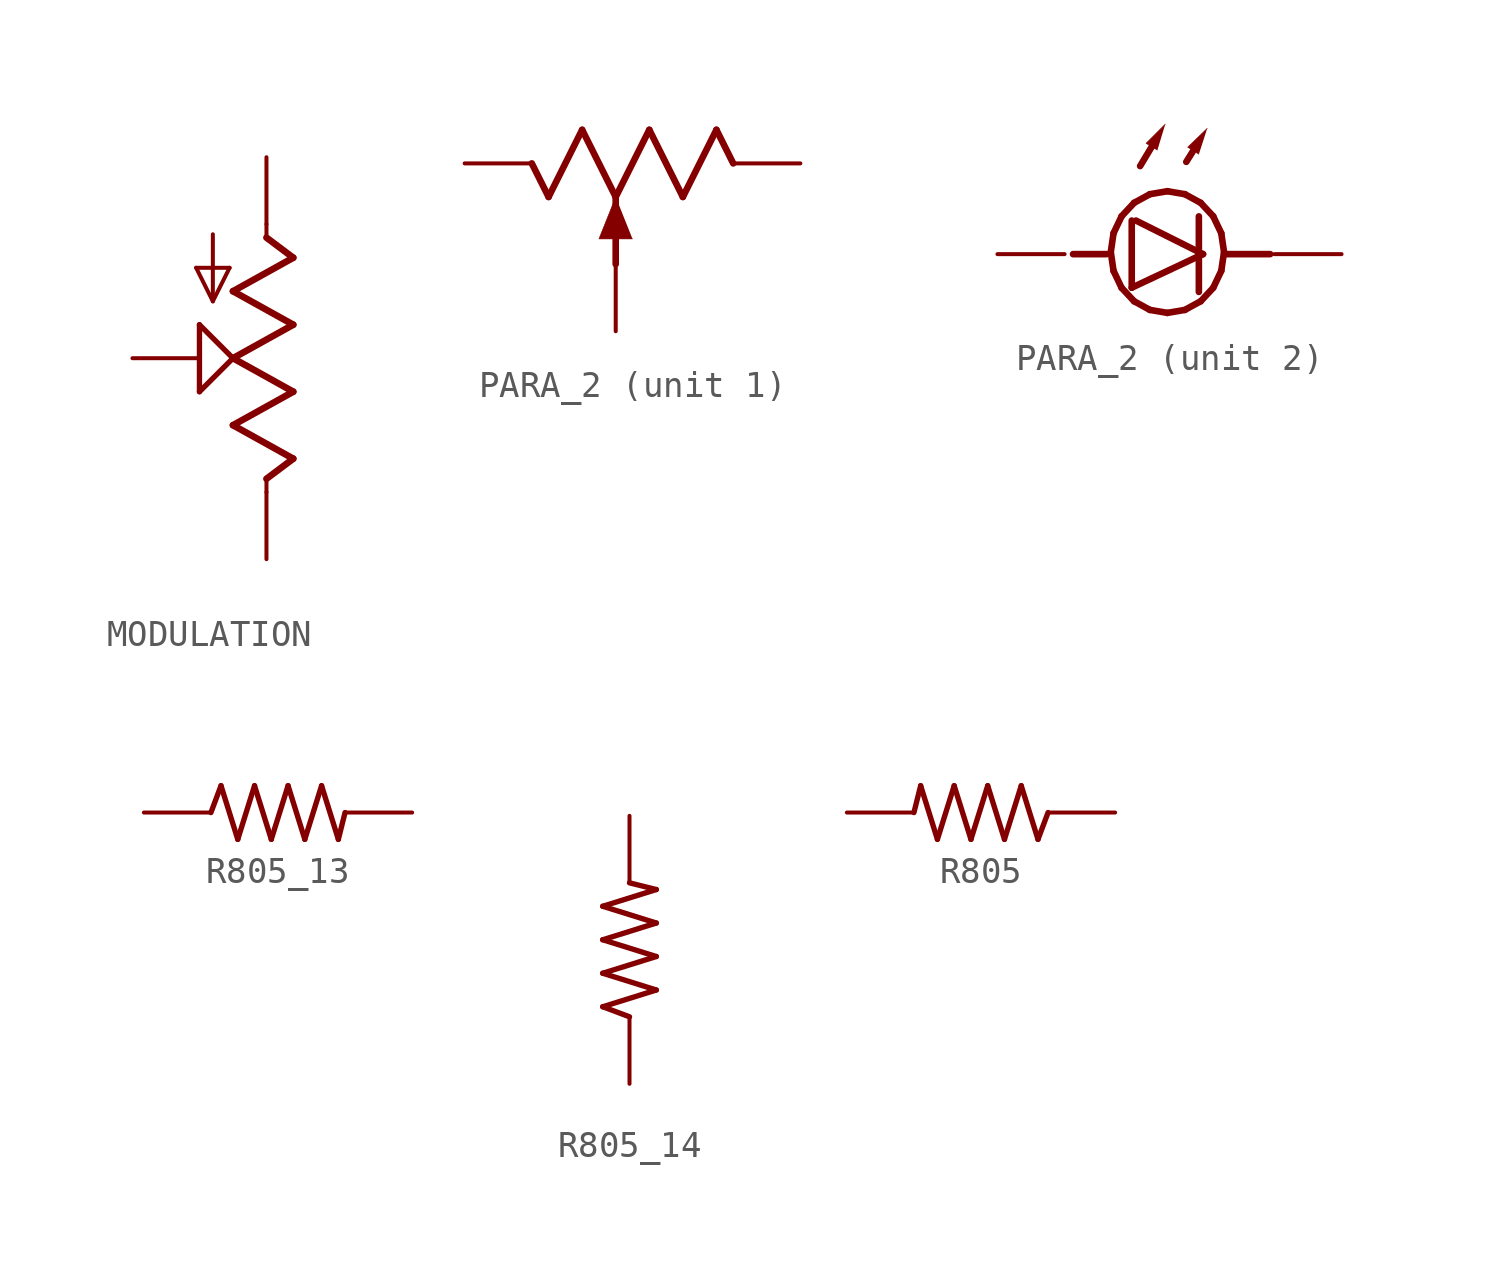
<source format=kicad_sym>
(kicad_symbol_lib
  (version 20231120)
  (generator "kicad_symbol_editor")
  (generator_version "8.0")
  (symbol "MODULATION"
    (property "Reference" "R"
      (at 0 0 0)
      (effects (font (size 1.27 1.27)) (hide yes)))
    (property "ki_locked" ""
      (at 0 0 0)
      (effects (font (size 1.27 1.27))))
    (symbol "MODULATION_1_0"
      (polyline (pts (xy -1.841 3.429) (xy -0.572 3.429)) (stroke (width 0.152) (type solid)) (fill (type none)))
      (polyline (pts (xy -1.715 -1.27) (xy -1.715 1.27)) (stroke (width 0.203) (type solid)) (fill (type none)))
      (polyline (pts (xy -1.715 1.27) (xy -0.444 0)) (stroke (width 0.203) (type solid)) (fill (type none)))
      (polyline (pts (xy -1.207 2.159) (xy -1.841 3.429)) (stroke (width 0.152) (type solid)) (fill (type none)))
      (polyline (pts (xy -1.207 4.699) (xy -1.207 2.159)) (stroke (width 0.152) (type solid)) (fill (type none)))
      (polyline (pts (xy -0.572 3.429) (xy -1.207 2.159)) (stroke (width 0.152) (type solid)) (fill (type none)))
      (polyline (pts (xy -0.444 -2.54) (xy 1.841 -3.81)) (stroke (width 0.254) (type solid)) (fill (type none)))
      (polyline (pts (xy -0.444 0) (xy -1.715 -1.27)) (stroke (width 0.203) (type solid)) (fill (type none)))
      (polyline (pts (xy -0.444 0) (xy 1.841 -1.27)) (stroke (width 0.254) (type solid)) (fill (type none)))
      (polyline (pts (xy -0.444 2.54) (xy 1.841 1.27)) (stroke (width 0.254) (type solid)) (fill (type none)))
      (polyline (pts (xy 0.826 -4.572) (xy 0.826 -5.08)) (stroke (width 0.152) (type solid)) (fill (type none)))
      (polyline (pts (xy 0.826 4.572) (xy 1.841 3.81)) (stroke (width 0.254) (type solid)) (fill (type none)))
      (polyline (pts (xy 0.826 5.08) (xy 0.826 4.572)) (stroke (width 0.152) (type solid)) (fill (type none)))
      (polyline (pts (xy 1.841 -3.81) (xy 0.826 -4.572)) (stroke (width 0.254) (type solid)) (fill (type none)))
      (polyline (pts (xy 1.841 -1.27) (xy -0.444 -2.54)) (stroke (width 0.254) (type solid)) (fill (type none)))
      (polyline (pts (xy 1.841 1.27) (xy -0.444 0)) (stroke (width 0.254) (type solid)) (fill (type none)))
      (polyline (pts (xy 1.841 3.81) (xy -0.444 2.54)) (stroke (width 0.254) (type solid)) (fill (type none)))
      (pin passive line (at 0.826 7.62 270) (length 2.54) (name "A" (effects (font (size 0 0)))) (number "1" (effects (font (size 0 0)))))
      (pin passive line (at -4.255 0 0) (length 2.54) (name "S" (effects (font (size 0 0)))) (number "2" (effects (font (size 0 0)))))
      (pin passive line (at 0.826 -7.62 90) (length 2.54) (name "E" (effects (font (size 0 0)))) (number "3" (effects (font (size 0 0)))))))
  (symbol "PARA_2"
    (property "Reference" "VR"
      (at 0 0 0)
      (effects (font (size 1.27 1.27)) (hide yes)))
    (property "ki_locked" ""
      (at 0 0 0)
      (effects (font (size 1.27 1.27))))
    (symbol "PARA_2_1_0"
      (polyline (pts (xy -3.81 1.27) (xy -3.175 0)) (stroke (width 0.25) (type solid)) (fill (type none)))
      (polyline (pts (xy -3.175 0) (xy -1.905 2.54)) (stroke (width 0.25) (type solid)) (fill (type none)))
      (polyline (pts (xy -1.905 2.54) (xy -0.635 0)) (stroke (width 0.25) (type solid)) (fill (type none)))
      (polyline (pts (xy -0.635 -2.54) (xy -0.635 0)) (stroke (width 0.25) (type solid)) (fill (type none)))
      (polyline (pts (xy -0.635 0) (xy 0.635 2.54)) (stroke (width 0.25) (type solid)) (fill (type none)))
      (polyline (pts (xy 0.635 2.54) (xy 1.905 0)) (stroke (width 0.25) (type solid)) (fill (type none)))
      (polyline (pts (xy 1.905 0) (xy 3.175 2.54)) (stroke (width 0.25) (type solid)) (fill (type none)))
      (polyline (pts (xy 3.175 2.54) (xy 3.81 1.27)) (stroke (width 0.25) (type solid)) (fill (type none)))
      (polyline (pts (xy -0.635 0) (xy -1.27 -1.587) (xy 0 -1.587)) (stroke (width 0.002) (type solid)) (fill (type outline)))
      (pin passive line (at -6.35 1.27 0) (length 2.54) (name "CCW" (effects (font (size 0 0)))) (number "1" (effects (font (size 0 0)))))
      (pin passive line (at -0.635 -5.08 90) (length 2.54) (name "W" (effects (font (size 0 0)))) (number "2" (effects (font (size 0 0)))))
      (pin passive line (at 6.35 1.27 180) (length 2.54) (name "CW" (effects (font (size 0 0)))) (number "3" (effects (font (size 0 0))))))
    (symbol "PARA_2_2_0"
      (polyline (pts (xy -2.381 -1.349) (xy -3.651 -1.349)) (stroke (width 0.25) (type solid)) (fill (type none)))
      (polyline (pts (xy -2.222 -1.27) (xy -2.118 -1.981)) (stroke (width 0.25) (type solid)) (fill (type none)))
      (polyline (pts (xy -2.118 -1.981) (xy -1.813 -2.623)) (stroke (width 0.25) (type solid)) (fill (type none)))
      (polyline (pts (xy -2.118 -0.559) (xy -2.222 -1.27)) (stroke (width 0.25) (type solid)) (fill (type none)))
      (polyline (pts (xy -1.813 -2.623) (xy -1.339 -3.132)) (stroke (width 0.25) (type solid)) (fill (type none)))
      (polyline (pts (xy -1.813 0.083) (xy -2.118 -0.559)) (stroke (width 0.25) (type solid)) (fill (type none)))
      (polyline (pts (xy -1.429 -2.619) (xy 1.27 -1.349)) (stroke (width 0.25) (type solid)) (fill (type none)))
      (polyline (pts (xy -1.429 -0.079) (xy -1.429 -2.619)) (stroke (width 0.25) (type solid)) (fill (type none)))
      (polyline (pts (xy -1.339 -3.132) (xy -0.742 -3.459)) (stroke (width 0.25) (type solid)) (fill (type none)))
      (polyline (pts (xy -1.339 0.592) (xy -1.813 0.083)) (stroke (width 0.25) (type solid)) (fill (type none)))
      (polyline (pts (xy -1.111 1.984) (xy -0.673 2.714)) (stroke (width 0.25) (type solid)) (fill (type none)))
      (polyline (pts (xy -0.742 -3.459) (xy -0.079 -3.572)) (stroke (width 0.25) (type solid)) (fill (type none)))
      (polyline (pts (xy -0.742 0.919) (xy -1.339 0.592)) (stroke (width 0.25) (type solid)) (fill (type none)))
      (polyline (pts (xy -0.079 -3.572) (xy 0.583 -3.459)) (stroke (width 0.25) (type solid)) (fill (type none)))
      (polyline (pts (xy -0.079 1.032) (xy -0.742 0.919)) (stroke (width 0.25) (type solid)) (fill (type none)))
      (polyline (pts (xy 0.583 -3.459) (xy 1.18 -3.132)) (stroke (width 0.25) (type solid)) (fill (type none)))
      (polyline (pts (xy 0.583 0.919) (xy -0.079 1.032)) (stroke (width 0.25) (type solid)) (fill (type none)))
      (polyline (pts (xy 0.635 2.143) (xy 0.899 2.565)) (stroke (width 0.25) (type solid)) (fill (type none)))
      (polyline (pts (xy 1.111 0.079) (xy 1.111 -2.778)) (stroke (width 0.25) (type solid)) (fill (type none)))
      (polyline (pts (xy 1.18 -3.132) (xy 1.654 -2.623)) (stroke (width 0.25) (type solid)) (fill (type none)))
      (polyline (pts (xy 1.18 0.592) (xy 0.583 0.919)) (stroke (width 0.25) (type solid)) (fill (type none)))
      (polyline (pts (xy 1.27 -1.349) (xy -1.27 -0.079)) (stroke (width 0.25) (type solid)) (fill (type none)))
      (polyline (pts (xy 1.654 -2.623) (xy 1.959 -1.981)) (stroke (width 0.25) (type solid)) (fill (type none)))
      (polyline (pts (xy 1.654 0.083) (xy 1.18 0.592)) (stroke (width 0.25) (type solid)) (fill (type none)))
      (polyline (pts (xy 1.959 -1.981) (xy 2.064 -1.27)) (stroke (width 0.25) (type solid)) (fill (type none)))
      (polyline (pts (xy 1.959 -0.559) (xy 1.654 0.083)) (stroke (width 0.25) (type solid)) (fill (type none)))
      (polyline (pts (xy 2.064 -1.349) (xy 3.81 -1.349)) (stroke (width 0.25) (type solid)) (fill (type none)))
      (polyline (pts (xy 2.064 -1.27) (xy 1.959 -0.559)) (stroke (width 0.25) (type solid)) (fill (type none)))
      (polyline (pts (xy -0.159 3.572) (xy -0.888 2.843) (xy -0.459 2.586)) (stroke (width 0.002) (type solid)) (fill (type outline)))
      (polyline (pts (xy 1.429 3.413) (xy 0.687 2.698) (xy 1.111 2.433)) (stroke (width 0.002) (type solid)) (fill (type outline)))
      (pin power_in line (at -6.509 -1.349 0) (length 2.54) (name "gnd@1" (effects (font (size 0 0)))) (number "5" (effects (font (size 0 0)))))
      (pin power_in line (at 6.509 -1.349 180) (length 2.54) (name "gnd@2" (effects (font (size 0 0)))) (number "6" (effects (font (size 0 0)))))))
  (symbol "R805_13"
    (property "Reference" "R"
      (at 0 0 0)
      (effects (font (size 1.27 1.27)) (hide yes)))
    (property "ki_locked" ""
      (at 0 0 0)
      (effects (font (size 1.27 1.27))))
    (symbol "R805_13_1_0"
      (polyline (pts (xy -2.54 0) (xy -2.159 1.016)) (stroke (width 0.203) (type solid)) (fill (type none)))
      (polyline (pts (xy -2.159 1.016) (xy -1.524 -1.016)) (stroke (width 0.203) (type solid)) (fill (type none)))
      (polyline (pts (xy -1.524 -1.016) (xy -0.889 1.016)) (stroke (width 0.203) (type solid)) (fill (type none)))
      (polyline (pts (xy -0.889 1.016) (xy -0.254 -1.016)) (stroke (width 0.203) (type solid)) (fill (type none)))
      (polyline (pts (xy -0.254 -1.016) (xy 0.381 1.016)) (stroke (width 0.203) (type solid)) (fill (type none)))
      (polyline (pts (xy 0.381 1.016) (xy 1.016 -1.016)) (stroke (width 0.203) (type solid)) (fill (type none)))
      (polyline (pts (xy 1.016 -1.016) (xy 1.651 1.016)) (stroke (width 0.203) (type solid)) (fill (type none)))
      (polyline (pts (xy 1.651 1.016) (xy 2.286 -1.016)) (stroke (width 0.203) (type solid)) (fill (type none)))
      (polyline (pts (xy 2.286 -1.016) (xy 2.54 0)) (stroke (width 0.203) (type solid)) (fill (type none)))
      (pin passive line (at -5.08 0 0) (length 2.54) (name "1" (effects (font (size 0 0)))) (number "1" (effects (font (size 0 0)))))
      (pin passive line (at 5.08 0 180) (length 2.54) (name "2" (effects (font (size 0 0)))) (number "2" (effects (font (size 0 0)))))))
  (symbol "R805_14"
    (property "Reference" "R"
      (at 0 0 0)
      (effects (font (size 1.27 1.27)) (hide yes)))
    (property "ki_locked" ""
      (at 0 0 0)
      (effects (font (size 1.27 1.27))))
    (symbol "R805_14_1_0"
      (polyline (pts (xy -1.016 -2.159) (xy 1.016 -1.524)) (stroke (width 0.203) (type solid)) (fill (type none)))
      (polyline (pts (xy -1.016 -0.889) (xy 1.016 -0.254)) (stroke (width 0.203) (type solid)) (fill (type none)))
      (polyline (pts (xy -1.016 0.381) (xy 1.016 1.016)) (stroke (width 0.203) (type solid)) (fill (type none)))
      (polyline (pts (xy -1.016 1.651) (xy 1.016 2.286)) (stroke (width 0.203) (type solid)) (fill (type none)))
      (polyline (pts (xy 0 -2.54) (xy -1.016 -2.159)) (stroke (width 0.203) (type solid)) (fill (type none)))
      (polyline (pts (xy 1.016 -1.524) (xy -1.016 -0.889)) (stroke (width 0.203) (type solid)) (fill (type none)))
      (polyline (pts (xy 1.016 -0.254) (xy -1.016 0.381)) (stroke (width 0.203) (type solid)) (fill (type none)))
      (polyline (pts (xy 1.016 1.016) (xy -1.016 1.651)) (stroke (width 0.203) (type solid)) (fill (type none)))
      (polyline (pts (xy 1.016 2.286) (xy 0 2.54)) (stroke (width 0.203) (type solid)) (fill (type none)))
      (pin passive line (at 0 -5.08 90) (length 2.54) (name "1" (effects (font (size 0 0)))) (number "1" (effects (font (size 0 0)))))
      (pin passive line (at 0 5.08 270) (length 2.54) (name "2" (effects (font (size 0 0)))) (number "2" (effects (font (size 0 0)))))))
  (symbol "R805"
    (property "Reference" "R"
      (at 0 0 0)
      (effects (font (size 1.27 1.27)) (hide yes)))
    (property "ki_locked" ""
      (at 0 0 0)
      (effects (font (size 1.27 1.27))))
    (symbol "R805_1_0"
      (polyline (pts (xy -2.286 1.016) (xy -2.54 0)) (stroke (width 0.203) (type solid)) (fill (type none)))
      (polyline (pts (xy -1.651 -1.016) (xy -2.286 1.016)) (stroke (width 0.203) (type solid)) (fill (type none)))
      (polyline (pts (xy -1.016 1.016) (xy -1.651 -1.016)) (stroke (width 0.203) (type solid)) (fill (type none)))
      (polyline (pts (xy -0.381 -1.016) (xy -1.016 1.016)) (stroke (width 0.203) (type solid)) (fill (type none)))
      (polyline (pts (xy 0.254 1.016) (xy -0.381 -1.016)) (stroke (width 0.203) (type solid)) (fill (type none)))
      (polyline (pts (xy 0.889 -1.016) (xy 0.254 1.016)) (stroke (width 0.203) (type solid)) (fill (type none)))
      (polyline (pts (xy 1.524 1.016) (xy 0.889 -1.016)) (stroke (width 0.203) (type solid)) (fill (type none)))
      (polyline (pts (xy 2.159 -1.016) (xy 1.524 1.016)) (stroke (width 0.203) (type solid)) (fill (type none)))
      (polyline (pts (xy 2.54 0) (xy 2.159 -1.016)) (stroke (width 0.203) (type solid)) (fill (type none)))
      (pin passive line (at 5.08 0 180) (length 2.54) (name "1" (effects (font (size 0 0)))) (number "1" (effects (font (size 0 0)))))
      (pin passive line (at -5.08 0 0) (length 2.54) (name "2" (effects (font (size 0 0)))) (number "2" (effects (font (size 0 0))))))))
</source>
